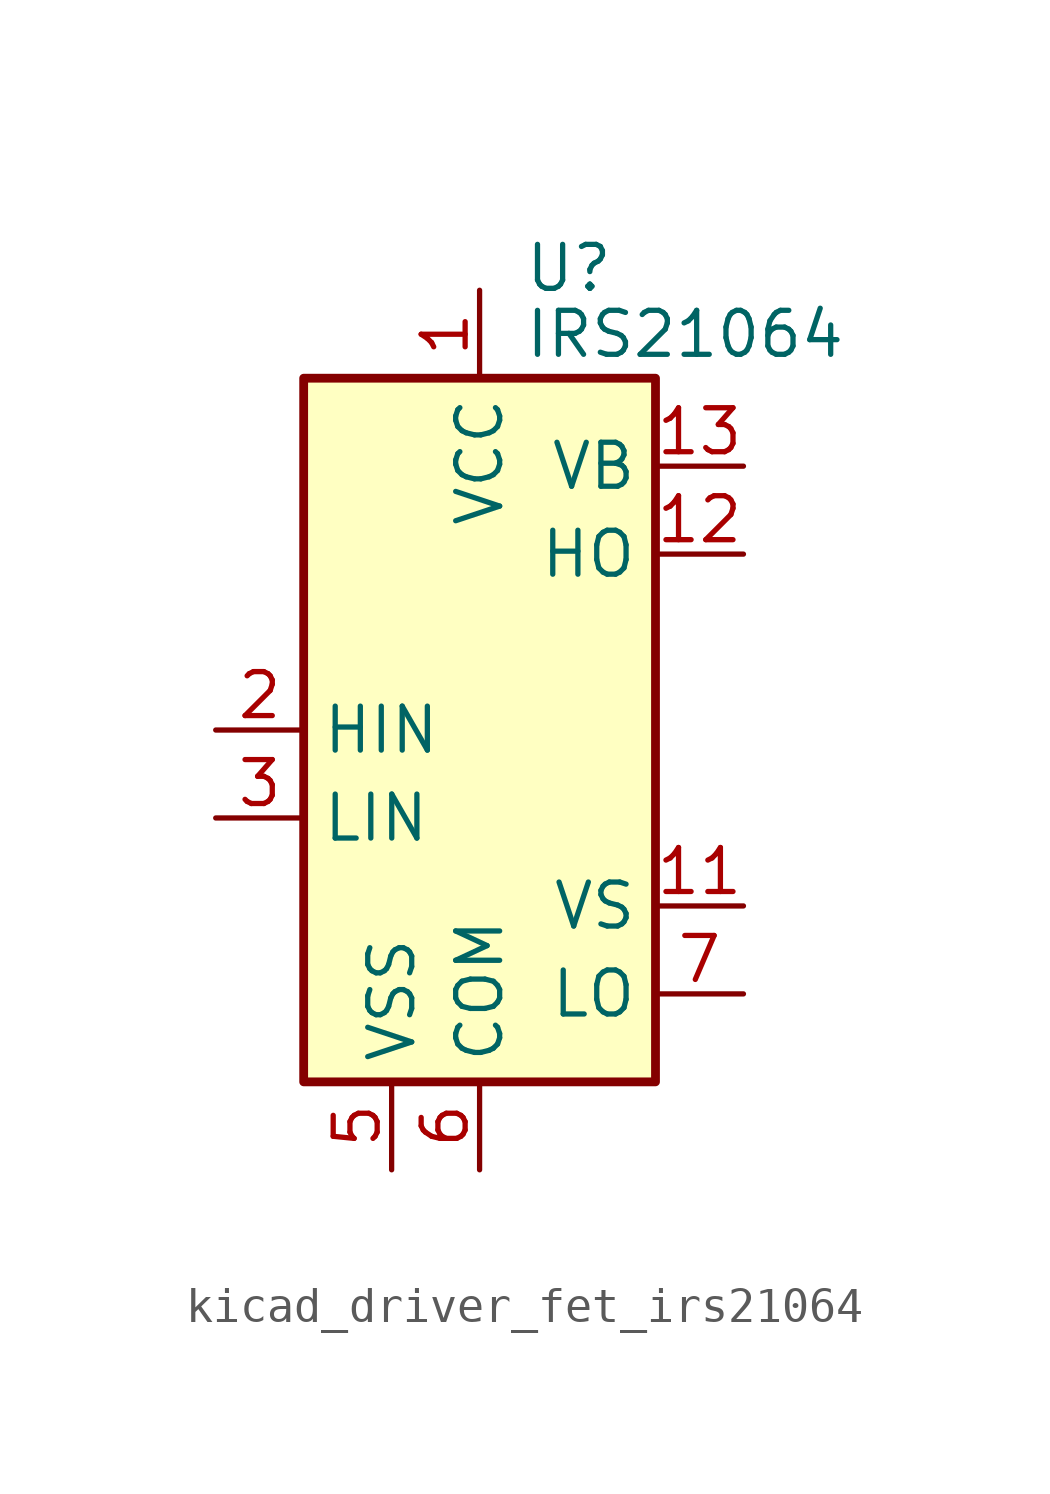
<source format=kicad_sym>
(kicad_symbol_lib
  (version 20220914)
  (generator kicad_symbol_editor)
  (symbol "kicad_driver_fet_irs21064"
    (property "Reference" "U"
      (at 1.27 13.335 0)
      (effects (font (size 1.27 1.27)) (justify left)))
    (property "Value" "IRS21064"
      (at 1.27 11.43 0)
      (effects (font (size 1.27 1.27)) (justify left)))
    (symbol "kicad_driver_fet_irs21064_0_1"
      (rectangle (start -5.08 -10.16) (end 5.08 10.16) (stroke (width 0.254) (type default)) (fill (type background))))
    (symbol "kicad_driver_fet_irs21064_1_1"
      (pin power_in line (at 0 12.7 270) (length 2.54) (name "VCC" (effects (font (size 1.27 1.27)))) (number "1" (effects (font (size 1.27 1.27)))))
      (pin no_connect line (at 5.08 2.54 180) (length 2.54) hide (name "NC" (effects (font (size 1.27 1.27)))) (number "10" (effects (font (size 1.27 1.27)))))
      (pin passive line (at 7.62 -5.08 180) (length 2.54) (name "VS" (effects (font (size 1.27 1.27)))) (number "11" (effects (font (size 1.27 1.27)))))
      (pin output line (at 7.62 5.08 180) (length 2.54) (name "HO" (effects (font (size 1.27 1.27)))) (number "12" (effects (font (size 1.27 1.27)))))
      (pin passive line (at 7.62 7.62 180) (length 2.54) (name "VB" (effects (font (size 1.27 1.27)))) (number "13" (effects (font (size 1.27 1.27)))))
      (pin no_connect line (at 5.08 0 180) (length 2.54) hide (name "NC" (effects (font (size 1.27 1.27)))) (number "14" (effects (font (size 1.27 1.27)))))
      (pin input line (at -7.62 0 0) (length 2.54) (name "HIN" (effects (font (size 1.27 1.27)))) (number "2" (effects (font (size 1.27 1.27)))))
      (pin input line (at -7.62 -2.54 0) (length 2.54) (name "LIN" (effects (font (size 1.27 1.27)))) (number "3" (effects (font (size 1.27 1.27)))))
      (pin no_connect line (at -5.08 7.62 0) (length 2.54) hide (name "NC" (effects (font (size 1.27 1.27)))) (number "4" (effects (font (size 1.27 1.27)))))
      (pin power_in line (at -2.54 -12.7 90) (length 2.54) (name "VSS" (effects (font (size 1.27 1.27)))) (number "5" (effects (font (size 1.27 1.27)))))
      (pin power_in line (at 0 -12.7 90) (length 2.54) (name "COM" (effects (font (size 1.27 1.27)))) (number "6" (effects (font (size 1.27 1.27)))))
      (pin output line (at 7.62 -7.62 180) (length 2.54) (name "LO" (effects (font (size 1.27 1.27)))) (number "7" (effects (font (size 1.27 1.27)))))
      (pin no_connect line (at -5.08 5.08 0) (length 2.54) hide (name "NC" (effects (font (size 1.27 1.27)))) (number "8" (effects (font (size 1.27 1.27)))))
      (pin no_connect line (at -5.08 2.54 0) (length 2.54) hide (name "NC" (effects (font (size 1.27 1.27)))) (number "9" (effects (font (size 1.27 1.27))))))))
</source>
